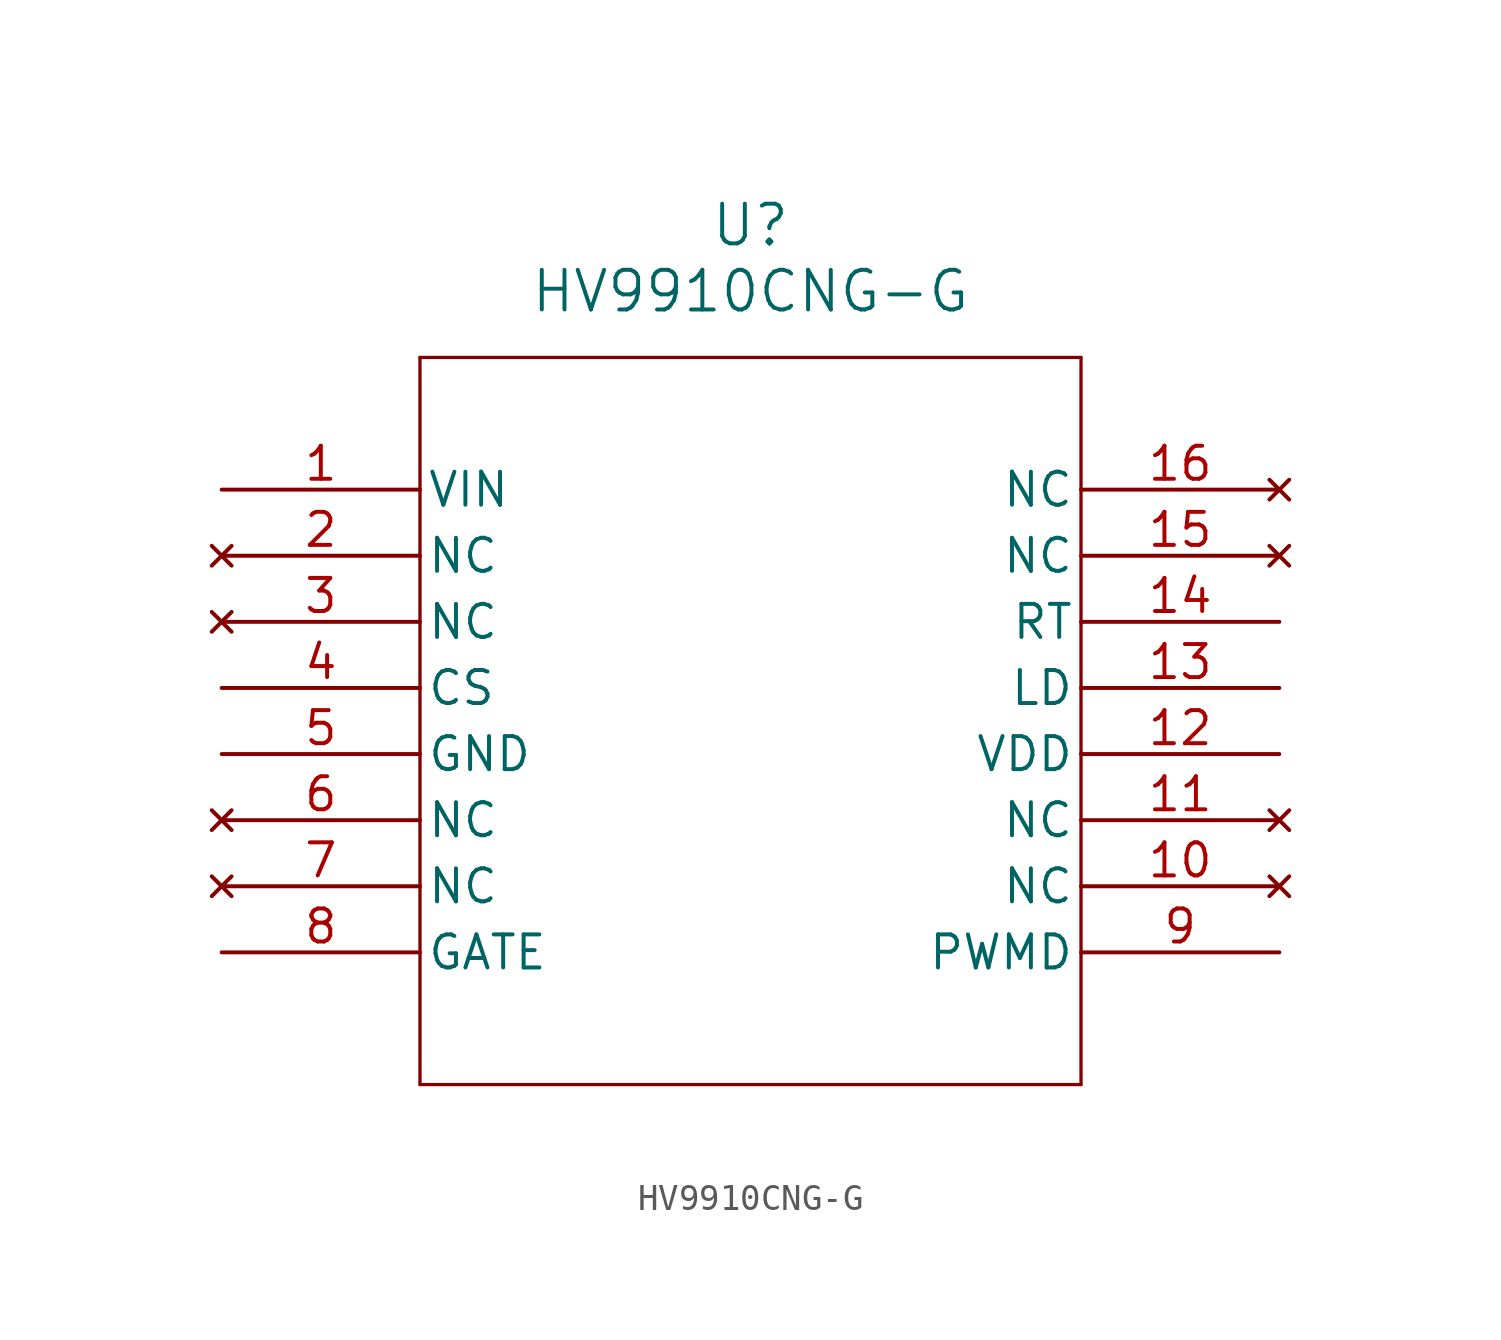
<source format=kicad_sym>
(kicad_symbol_lib
  (version 20211014)
  (generator kicad_symbol_editor)
  (symbol "HV9910CNG-G"
    (pin_names
      (offset 0.254))
    (property "Reference" "U"
      (at 20.32 10.16 0)
      (effects (font (size 1.524 1.524))))
    (property "Value" "HV9910CNG-G"
      (at 20.32 7.62 0)
      (effects (font (size 1.524 1.524))))
    (symbol "HV9910CNG-G_0_1"
      (polyline (pts (xy 7.62 5.08) (xy 7.62 -22.86)) (stroke (width 0.127) (type default) (color 0 0 0 0)) (fill (type none)))
      (polyline (pts (xy 7.62 -22.86) (xy 33.02 -22.86)) (stroke (width 0.127) (type default) (color 0 0 0 0)) (fill (type none)))
      (polyline (pts (xy 33.02 -22.86) (xy 33.02 5.08)) (stroke (width 0.127) (type default) (color 0 0 0 0)) (fill (type none)))
      (polyline (pts (xy 33.02 5.08) (xy 7.62 5.08)) (stroke (width 0.127) (type default) (color 0 0 0 0)) (fill (type none)))
      (pin input line (at 0 0 0) (length 7.62) (name "VIN" (effects (font (size 1.27 1.27)))) (number "1" (effects (font (size 1.27 1.27)))))
      (pin no_connect line (at 0 -2.54 0) (length 7.62) (name "NC" (effects (font (size 1.27 1.27)))) (number "2" (effects (font (size 1.27 1.27)))))
      (pin no_connect line (at 0 -5.08 0) (length 7.62) (name "NC" (effects (font (size 1.27 1.27)))) (number "3" (effects (font (size 1.27 1.27)))))
      (pin unspecified line (at 0 -7.62 0) (length 7.62) (name "CS" (effects (font (size 1.27 1.27)))) (number "4" (effects (font (size 1.27 1.27)))))
      (pin power_in line (at 0 -10.16 0) (length 7.62) (name "GND" (effects (font (size 1.27 1.27)))) (number "5" (effects (font (size 1.27 1.27)))))
      (pin no_connect line (at 0 -12.7 0) (length 7.62) (name "NC" (effects (font (size 1.27 1.27)))) (number "6" (effects (font (size 1.27 1.27)))))
      (pin no_connect line (at 0 -15.24 0) (length 7.62) (name "NC" (effects (font (size 1.27 1.27)))) (number "7" (effects (font (size 1.27 1.27)))))
      (pin output line (at 0 -17.78 0) (length 7.62) (name "GATE" (effects (font (size 1.27 1.27)))) (number "8" (effects (font (size 1.27 1.27)))))
      (pin input line (at 40.64 -17.78 180) (length 7.62) (name "PWMD" (effects (font (size 1.27 1.27)))) (number "9" (effects (font (size 1.27 1.27)))))
      (pin no_connect line (at 40.64 -15.24 180) (length 7.62) (name "NC" (effects (font (size 1.27 1.27)))) (number "10" (effects (font (size 1.27 1.27)))))
      (pin no_connect line (at 40.64 -12.7 180) (length 7.62) (name "NC" (effects (font (size 1.27 1.27)))) (number "11" (effects (font (size 1.27 1.27)))))
      (pin power_in line (at 40.64 -10.16 180) (length 7.62) (name "VDD" (effects (font (size 1.27 1.27)))) (number "12" (effects (font (size 1.27 1.27)))))
      (pin input line (at 40.64 -7.62 180) (length 7.62) (name "LD" (effects (font (size 1.27 1.27)))) (number "13" (effects (font (size 1.27 1.27)))))
      (pin unspecified line (at 40.64 -5.08 180) (length 7.62) (name "RT" (effects (font (size 1.27 1.27)))) (number "14" (effects (font (size 1.27 1.27)))))
      (pin no_connect line (at 40.64 -2.54 180) (length 7.62) (name "NC" (effects (font (size 1.27 1.27)))) (number "15" (effects (font (size 1.27 1.27)))))
      (pin no_connect line (at 40.64 0 180) (length 7.62) (name "NC" (effects (font (size 1.27 1.27)))) (number "16" (effects (font (size 1.27 1.27))))))))
</source>
